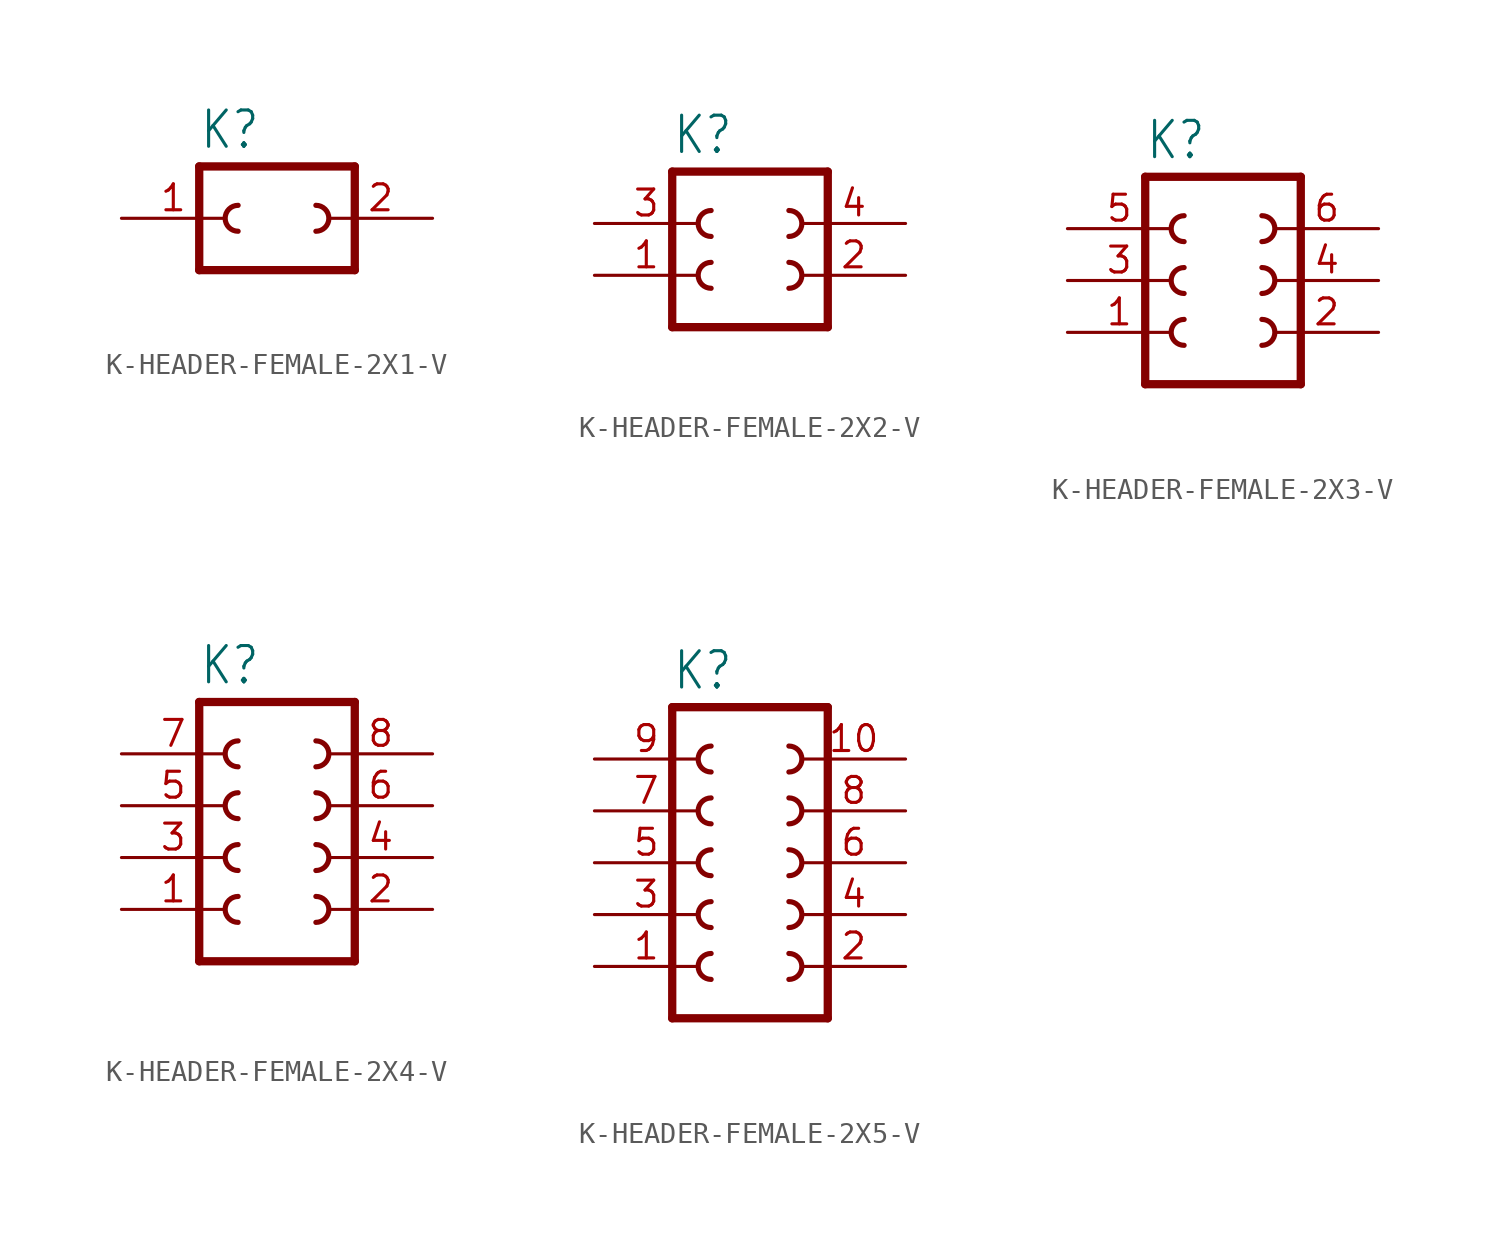
<source format=kicad_sym>
(kicad_symbol_lib
  (version 20231120)
  (generator "kicad_symbol_editor")
  (generator_version "8.0")
  (symbol "K-HEADER-FEMALE-2X1-V"
    (property "Reference" "K"
      (at -3.81 -6.858 0)
      (effects (font (size 1.778 1.511)) (justify left bottom)))
    (property "Value" ""
      (at -3.81 -15.24 0)
      (effects (font (size 1.778 1.511)) (justify left bottom)))
    (property "ki_locked" ""
      (at 0 0 0)
      (effects (font (size 1.27 1.27))))
    (symbol "K-HEADER-FEMALE-2X1-V_1_0"
      (arc (start -1.905 -9.525) (mid -2.54 -10.16) (end -1.905 -10.795) (stroke (width 0.254) (type solid)) (fill (type none)))
      (polyline (pts (xy -3.81 -7.62) (xy -3.81 -12.7)) (stroke (width 0.406) (type solid)) (fill (type none)))
      (polyline (pts (xy -3.81 -7.62) (xy 3.81 -7.62)) (stroke (width 0.406) (type solid)) (fill (type none)))
      (polyline (pts (xy 3.81 -12.7) (xy -3.81 -12.7)) (stroke (width 0.406) (type solid)) (fill (type none)))
      (polyline (pts (xy 3.81 -12.7) (xy 3.81 -7.62)) (stroke (width 0.406) (type solid)) (fill (type none)))
      (arc (start 1.905 -10.795) (mid 2.54 -10.16) (end 1.905 -9.525) (stroke (width 0.254) (type solid)) (fill (type none)))
      (pin passive line (at -7.62 -10.16 0) (length 5.08) (name "1" (effects (font (size 0 0)))) (number "1" (effects (font (size 1.27 1.27)))))
      (pin passive line (at 7.62 -10.16 180) (length 5.08) (name "2" (effects (font (size 0 0)))) (number "2" (effects (font (size 1.27 1.27)))))))
  (symbol "K-HEADER-FEMALE-2X2-V"
    (property "Reference" "K"
      (at -3.81 -4.318 0)
      (effects (font (size 1.778 1.511)) (justify left bottom)))
    (property "Value" ""
      (at -3.81 -15.24 0)
      (effects (font (size 1.778 1.511)) (justify left bottom)))
    (property "ki_locked" ""
      (at 0 0 0)
      (effects (font (size 1.27 1.27))))
    (symbol "K-HEADER-FEMALE-2X2-V_1_0"
      (arc (start -1.905 -9.525) (mid -2.54 -10.16) (end -1.905 -10.795) (stroke (width 0.254) (type solid)) (fill (type none)))
      (arc (start -1.905 -6.985) (mid -2.54 -7.62) (end -1.905 -8.255) (stroke (width 0.254) (type solid)) (fill (type none)))
      (polyline (pts (xy -3.81 -5.08) (xy -3.81 -12.7)) (stroke (width 0.406) (type solid)) (fill (type none)))
      (polyline (pts (xy -3.81 -5.08) (xy 3.81 -5.08)) (stroke (width 0.406) (type solid)) (fill (type none)))
      (polyline (pts (xy 3.81 -12.7) (xy -3.81 -12.7)) (stroke (width 0.406) (type solid)) (fill (type none)))
      (polyline (pts (xy 3.81 -12.7) (xy 3.81 -5.08)) (stroke (width 0.406) (type solid)) (fill (type none)))
      (arc (start 1.905 -10.795) (mid 2.54 -10.16) (end 1.905 -9.525) (stroke (width 0.254) (type solid)) (fill (type none)))
      (arc (start 1.905 -8.255) (mid 2.54 -7.62) (end 1.905 -6.985) (stroke (width 0.254) (type solid)) (fill (type none)))
      (pin passive line (at -7.62 -10.16 0) (length 5.08) (name "1" (effects (font (size 0 0)))) (number "1" (effects (font (size 1.27 1.27)))))
      (pin passive line (at 7.62 -10.16 180) (length 5.08) (name "2" (effects (font (size 0 0)))) (number "2" (effects (font (size 1.27 1.27)))))
      (pin passive line (at -7.62 -7.62 0) (length 5.08) (name "3" (effects (font (size 0 0)))) (number "3" (effects (font (size 1.27 1.27)))))
      (pin passive line (at 7.62 -7.62 180) (length 5.08) (name "4" (effects (font (size 0 0)))) (number "4" (effects (font (size 1.27 1.27)))))))
  (symbol "K-HEADER-FEMALE-2X3-V"
    (property "Reference" "K"
      (at -3.81 -1.778 0)
      (effects (font (size 1.778 1.511)) (justify left bottom)))
    (property "Value" ""
      (at -3.81 -15.24 0)
      (effects (font (size 1.778 1.511)) (justify left bottom)))
    (property "ki_locked" ""
      (at 0 0 0)
      (effects (font (size 1.27 1.27))))
    (symbol "K-HEADER-FEMALE-2X3-V_1_0"
      (arc (start -1.905 -9.525) (mid -2.54 -10.16) (end -1.905 -10.795) (stroke (width 0.254) (type solid)) (fill (type none)))
      (arc (start -1.905 -6.985) (mid -2.54 -7.62) (end -1.905 -8.255) (stroke (width 0.254) (type solid)) (fill (type none)))
      (arc (start -1.905 -4.445) (mid -2.54 -5.08) (end -1.905 -5.715) (stroke (width 0.254) (type solid)) (fill (type none)))
      (polyline (pts (xy -3.81 -2.54) (xy -3.81 -12.7)) (stroke (width 0.406) (type solid)) (fill (type none)))
      (polyline (pts (xy -3.81 -2.54) (xy 3.81 -2.54)) (stroke (width 0.406) (type solid)) (fill (type none)))
      (polyline (pts (xy 3.81 -12.7) (xy -3.81 -12.7)) (stroke (width 0.406) (type solid)) (fill (type none)))
      (polyline (pts (xy 3.81 -12.7) (xy 3.81 -2.54)) (stroke (width 0.406) (type solid)) (fill (type none)))
      (arc (start 1.905 -10.795) (mid 2.54 -10.16) (end 1.905 -9.525) (stroke (width 0.254) (type solid)) (fill (type none)))
      (arc (start 1.905 -8.255) (mid 2.54 -7.62) (end 1.905 -6.985) (stroke (width 0.254) (type solid)) (fill (type none)))
      (arc (start 1.905 -5.715) (mid 2.54 -5.08) (end 1.905 -4.445) (stroke (width 0.254) (type solid)) (fill (type none)))
      (pin passive line (at -7.62 -10.16 0) (length 5.08) (name "1" (effects (font (size 0 0)))) (number "1" (effects (font (size 1.27 1.27)))))
      (pin passive line (at 7.62 -10.16 180) (length 5.08) (name "2" (effects (font (size 0 0)))) (number "2" (effects (font (size 1.27 1.27)))))
      (pin passive line (at -7.62 -7.62 0) (length 5.08) (name "3" (effects (font (size 0 0)))) (number "3" (effects (font (size 1.27 1.27)))))
      (pin passive line (at 7.62 -7.62 180) (length 5.08) (name "4" (effects (font (size 0 0)))) (number "4" (effects (font (size 1.27 1.27)))))
      (pin passive line (at -7.62 -5.08 0) (length 5.08) (name "5" (effects (font (size 0 0)))) (number "5" (effects (font (size 1.27 1.27)))))
      (pin passive line (at 7.62 -5.08 180) (length 5.08) (name "6" (effects (font (size 0 0)))) (number "6" (effects (font (size 1.27 1.27)))))))
  (symbol "K-HEADER-FEMALE-2X4-V"
    (property "Reference" "K"
      (at -3.81 0.762 0)
      (effects (font (size 1.778 1.511)) (justify left bottom)))
    (property "Value" ""
      (at -3.81 -15.24 0)
      (effects (font (size 1.778 1.511)) (justify left bottom)))
    (property "ki_locked" ""
      (at 0 0 0)
      (effects (font (size 1.27 1.27))))
    (symbol "K-HEADER-FEMALE-2X4-V_1_0"
      (arc (start -1.905 -9.525) (mid -2.54 -10.16) (end -1.905 -10.795) (stroke (width 0.254) (type solid)) (fill (type none)))
      (arc (start -1.905 -6.985) (mid -2.54 -7.62) (end -1.905 -8.255) (stroke (width 0.254) (type solid)) (fill (type none)))
      (arc (start -1.905 -4.445) (mid -2.54 -5.08) (end -1.905 -5.715) (stroke (width 0.254) (type solid)) (fill (type none)))
      (arc (start -1.905 -1.905) (mid -2.54 -2.54) (end -1.905 -3.175) (stroke (width 0.254) (type solid)) (fill (type none)))
      (polyline (pts (xy -3.81 0) (xy -3.81 -12.7)) (stroke (width 0.406) (type solid)) (fill (type none)))
      (polyline (pts (xy -3.81 0) (xy 3.81 0)) (stroke (width 0.406) (type solid)) (fill (type none)))
      (polyline (pts (xy 3.81 -12.7) (xy -3.81 -12.7)) (stroke (width 0.406) (type solid)) (fill (type none)))
      (polyline (pts (xy 3.81 -12.7) (xy 3.81 0)) (stroke (width 0.406) (type solid)) (fill (type none)))
      (arc (start 1.905 -10.795) (mid 2.54 -10.16) (end 1.905 -9.525) (stroke (width 0.254) (type solid)) (fill (type none)))
      (arc (start 1.905 -8.255) (mid 2.54 -7.62) (end 1.905 -6.985) (stroke (width 0.254) (type solid)) (fill (type none)))
      (arc (start 1.905 -5.715) (mid 2.54 -5.08) (end 1.905 -4.445) (stroke (width 0.254) (type solid)) (fill (type none)))
      (arc (start 1.905 -3.175) (mid 2.54 -2.54) (end 1.905 -1.905) (stroke (width 0.254) (type solid)) (fill (type none)))
      (pin passive line (at -7.62 -10.16 0) (length 5.08) (name "1" (effects (font (size 0 0)))) (number "1" (effects (font (size 1.27 1.27)))))
      (pin passive line (at 7.62 -10.16 180) (length 5.08) (name "2" (effects (font (size 0 0)))) (number "2" (effects (font (size 1.27 1.27)))))
      (pin passive line (at -7.62 -7.62 0) (length 5.08) (name "3" (effects (font (size 0 0)))) (number "3" (effects (font (size 1.27 1.27)))))
      (pin passive line (at 7.62 -7.62 180) (length 5.08) (name "4" (effects (font (size 0 0)))) (number "4" (effects (font (size 1.27 1.27)))))
      (pin passive line (at -7.62 -5.08 0) (length 5.08) (name "5" (effects (font (size 0 0)))) (number "5" (effects (font (size 1.27 1.27)))))
      (pin passive line (at 7.62 -5.08 180) (length 5.08) (name "6" (effects (font (size 0 0)))) (number "6" (effects (font (size 1.27 1.27)))))
      (pin passive line (at -7.62 -2.54 0) (length 5.08) (name "7" (effects (font (size 0 0)))) (number "7" (effects (font (size 1.27 1.27)))))
      (pin passive line (at 7.62 -2.54 180) (length 5.08) (name "8" (effects (font (size 0 0)))) (number "8" (effects (font (size 1.27 1.27)))))))
  (symbol "K-HEADER-FEMALE-2X5-V"
    (property "Reference" "K"
      (at -3.81 3.302 0)
      (effects (font (size 1.778 1.511)) (justify left bottom)))
    (property "Value" ""
      (at -3.81 -15.24 0)
      (effects (font (size 1.778 1.511)) (justify left bottom)))
    (property "ki_locked" ""
      (at 0 0 0)
      (effects (font (size 1.27 1.27))))
    (symbol "K-HEADER-FEMALE-2X5-V_1_0"
      (arc (start -1.905 -9.525) (mid -2.54 -10.16) (end -1.905 -10.795) (stroke (width 0.254) (type solid)) (fill (type none)))
      (arc (start -1.905 -6.985) (mid -2.54 -7.62) (end -1.905 -8.255) (stroke (width 0.254) (type solid)) (fill (type none)))
      (arc (start -1.905 -4.445) (mid -2.54 -5.08) (end -1.905 -5.715) (stroke (width 0.254) (type solid)) (fill (type none)))
      (arc (start -1.905 -1.905) (mid -2.54 -2.54) (end -1.905 -3.175) (stroke (width 0.254) (type solid)) (fill (type none)))
      (arc (start -1.905 0.635) (mid -2.54 0) (end -1.905 -0.635) (stroke (width 0.254) (type solid)) (fill (type none)))
      (polyline (pts (xy -3.81 2.54) (xy -3.81 -12.7)) (stroke (width 0.406) (type solid)) (fill (type none)))
      (polyline (pts (xy -3.81 2.54) (xy 3.81 2.54)) (stroke (width 0.406) (type solid)) (fill (type none)))
      (polyline (pts (xy 3.81 -12.7) (xy -3.81 -12.7)) (stroke (width 0.406) (type solid)) (fill (type none)))
      (polyline (pts (xy 3.81 -12.7) (xy 3.81 2.54)) (stroke (width 0.406) (type solid)) (fill (type none)))
      (arc (start 1.905 -10.795) (mid 2.54 -10.16) (end 1.905 -9.525) (stroke (width 0.254) (type solid)) (fill (type none)))
      (arc (start 1.905 -8.255) (mid 2.54 -7.62) (end 1.905 -6.985) (stroke (width 0.254) (type solid)) (fill (type none)))
      (arc (start 1.905 -5.715) (mid 2.54 -5.08) (end 1.905 -4.445) (stroke (width 0.254) (type solid)) (fill (type none)))
      (arc (start 1.905 -3.175) (mid 2.54 -2.54) (end 1.905 -1.905) (stroke (width 0.254) (type solid)) (fill (type none)))
      (arc (start 1.905 -0.635) (mid 2.54 0) (end 1.905 0.635) (stroke (width 0.254) (type solid)) (fill (type none)))
      (pin passive line (at -7.62 -10.16 0) (length 5.08) (name "1" (effects (font (size 0 0)))) (number "1" (effects (font (size 1.27 1.27)))))
      (pin passive line (at 7.62 0 180) (length 5.08) (name "10" (effects (font (size 0 0)))) (number "10" (effects (font (size 1.27 1.27)))))
      (pin passive line (at 7.62 -10.16 180) (length 5.08) (name "2" (effects (font (size 0 0)))) (number "2" (effects (font (size 1.27 1.27)))))
      (pin passive line (at -7.62 -7.62 0) (length 5.08) (name "3" (effects (font (size 0 0)))) (number "3" (effects (font (size 1.27 1.27)))))
      (pin passive line (at 7.62 -7.62 180) (length 5.08) (name "4" (effects (font (size 0 0)))) (number "4" (effects (font (size 1.27 1.27)))))
      (pin passive line (at -7.62 -5.08 0) (length 5.08) (name "5" (effects (font (size 0 0)))) (number "5" (effects (font (size 1.27 1.27)))))
      (pin passive line (at 7.62 -5.08 180) (length 5.08) (name "6" (effects (font (size 0 0)))) (number "6" (effects (font (size 1.27 1.27)))))
      (pin passive line (at -7.62 -2.54 0) (length 5.08) (name "7" (effects (font (size 0 0)))) (number "7" (effects (font (size 1.27 1.27)))))
      (pin passive line (at 7.62 -2.54 180) (length 5.08) (name "8" (effects (font (size 0 0)))) (number "8" (effects (font (size 1.27 1.27)))))
      (pin passive line (at -7.62 0 0) (length 5.08) (name "9" (effects (font (size 0 0)))) (number "9" (effects (font (size 1.27 1.27))))))))
</source>
